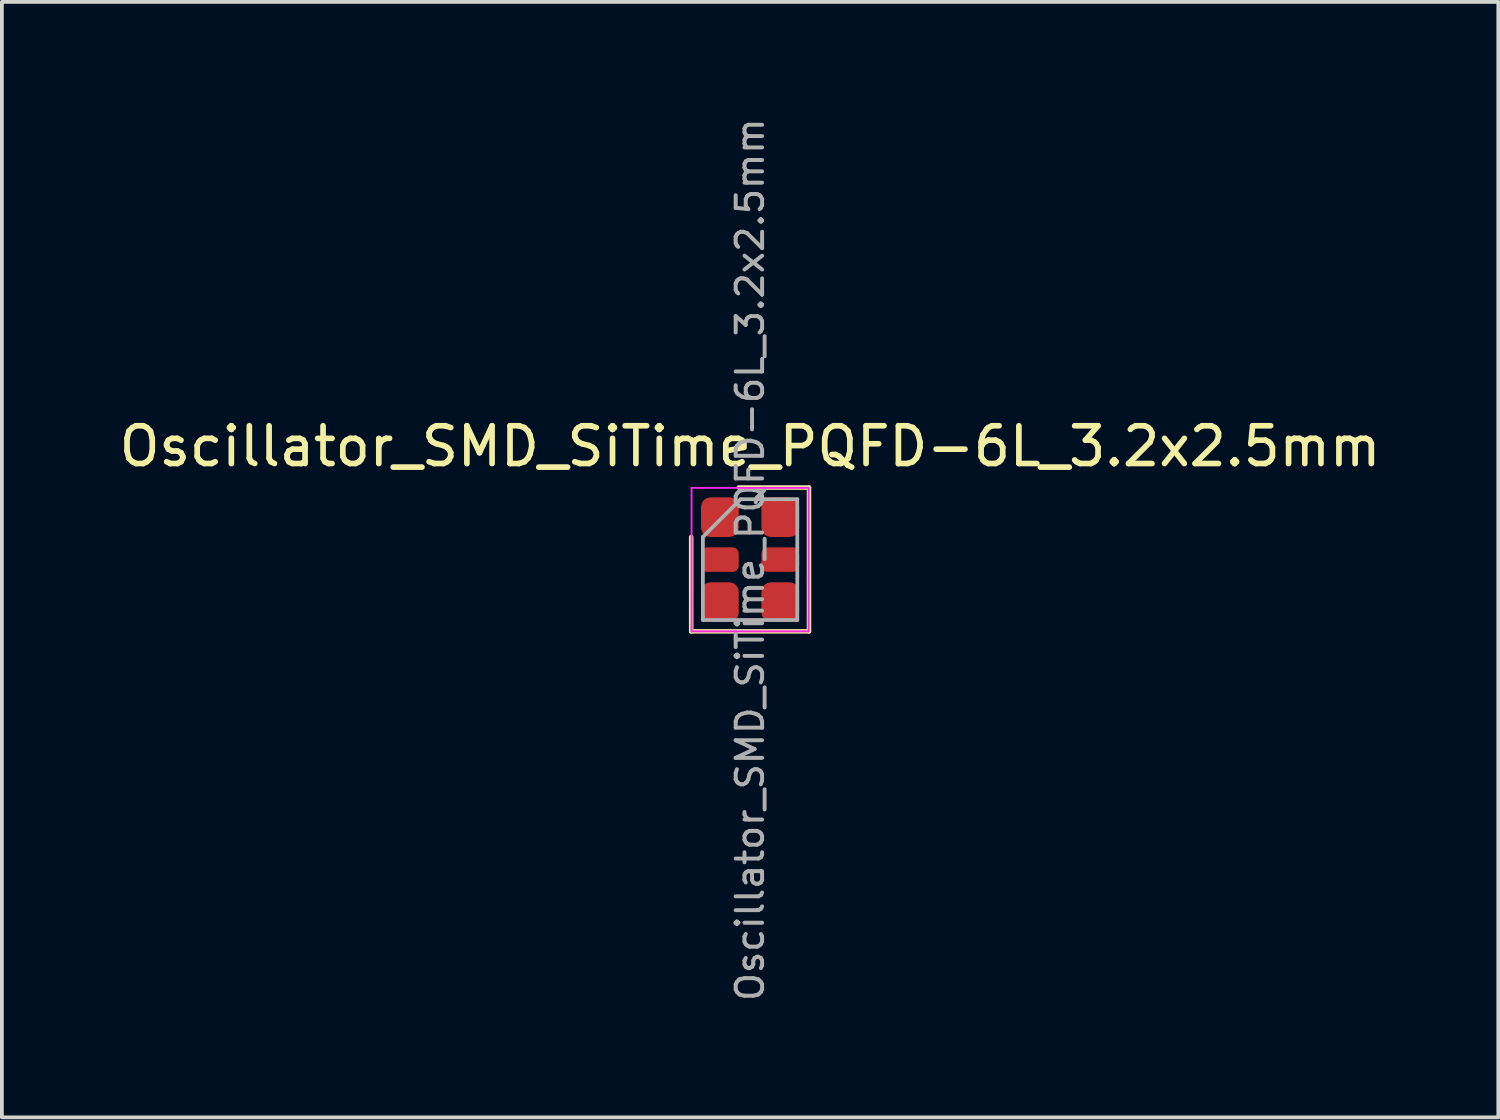
<source format=kicad_pcb>
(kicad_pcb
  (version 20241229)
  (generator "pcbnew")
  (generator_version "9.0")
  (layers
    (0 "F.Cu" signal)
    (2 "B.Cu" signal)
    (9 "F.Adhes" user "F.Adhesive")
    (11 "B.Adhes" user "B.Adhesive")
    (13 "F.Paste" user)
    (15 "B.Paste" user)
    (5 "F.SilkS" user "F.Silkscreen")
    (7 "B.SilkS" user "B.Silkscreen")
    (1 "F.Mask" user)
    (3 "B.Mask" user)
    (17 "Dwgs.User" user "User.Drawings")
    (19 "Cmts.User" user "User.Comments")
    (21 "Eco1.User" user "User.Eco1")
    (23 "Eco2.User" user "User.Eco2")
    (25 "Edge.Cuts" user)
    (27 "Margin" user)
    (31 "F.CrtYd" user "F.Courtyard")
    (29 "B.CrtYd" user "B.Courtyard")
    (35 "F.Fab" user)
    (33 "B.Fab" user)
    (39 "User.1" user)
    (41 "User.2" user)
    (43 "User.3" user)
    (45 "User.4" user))
  (footprint "Oscillator_SMD_SiTime_PQFD-6L_3.2x2.5mm"
    (layer "F.Cu")
    (at 16.815 11.771)
    (property "Reference" "Oscillator_SMD_SiTime_PQFD-6L_3.2x2.5mm" (at 0 -3 0) (layer "F.SilkS") (effects (font (size 1 1) (thickness 0.15))))
    (attr smd)
    (fp_line (start -1.56 -0.6) (end -1.56 1.9) (stroke (width 0.12) (type solid)) (layer "F.SilkS"))
    (fp_line (start 1.56 -1.91) (end -0.3 -1.91) (stroke (width 0.12) (type solid)) (layer "F.SilkS"))
    (fp_line (start 1.56 -1.905) (end 1.56 1.9) (stroke (width 0.12) (type solid)) (layer "F.SilkS"))
    (fp_line (start 1.56 1.9) (end -1.56 1.9) (stroke (width 0.12) (type solid)) (layer "F.SilkS"))
    (fp_line (start -1.55 -1.9) (end -1.55 1.9) (stroke (width 0.05) (type solid)) (layer "F.CrtYd"))
    (fp_line (start -1.55 1.9) (end 1.55 1.9) (stroke (width 0.05) (type solid)) (layer "F.CrtYd"))
    (fp_line (start 1.55 -1.9) (end -1.55 -1.9) (stroke (width 0.05) (type solid)) (layer "F.CrtYd"))
    (fp_line (start 1.55 1.9) (end 1.55 -1.9) (stroke (width 0.05) (type solid)) (layer "F.CrtYd"))
    (fp_line (start -1.25 1.6) (end -1.25 -0.6) (stroke (width 0.1) (type solid)) (layer "F.Fab"))
    (fp_line (start -0.25 -1.6) (end -1.25 -0.6) (stroke (width 0.1) (type solid)) (layer "F.Fab"))
    (fp_line (start -0.25 -1.6) (end 1.25 -1.6) (stroke (width 0.1) (type solid)) (layer "F.Fab"))
    (fp_line (start 1.25 -1.6) (end 1.25 1.6) (stroke (width 0.1) (type solid)) (layer "F.Fab"))
    (fp_line (start 1.25 1.6) (end -1.25 1.6) (stroke (width 0.1) (type solid)) (layer "F.Fab"))
    (fp_text user "${REFERENCE}" (at 0 0 270) (layer "F.Fab") (effects (font (size 0.7 0.7) (thickness 0.105))))
    (pad "1" smd roundrect (at -0.8 -1.125) (size 1 1.05) (layers "F.Cu" "F.Mask" "F.Paste") (roundrect_rratio 0.25))
    (pad "2" smd roundrect (at -0.8 0) (size 1 0.65) (layers "F.Cu" "F.Mask" "F.Paste") (roundrect_rratio 0.25))
    (pad "3" smd roundrect (at -0.8 1.125) (size 1 1.05) (layers "F.Cu" "F.Mask" "F.Paste") (roundrect_rratio 0.25))
    (pad "4" smd roundrect (at 0.8 1.125) (size 1 1.05) (layers "F.Cu" "F.Mask" "F.Paste") (roundrect_rratio 0.25))
    (pad "5" smd roundrect (at 0.8 0) (size 1 0.65) (layers "F.Cu" "F.Mask" "F.Paste") (roundrect_rratio 0.25))
    (pad "6" smd roundrect (at 0.8 -1.125) (size 1 1.05) (layers "F.Cu" "F.Mask" "F.Paste") (roundrect_rratio 0.25)))
  (gr_rect
    (start -3 -3)
    (end 36.631 26.542)
    (stroke (width 0.1) (type default))
    (fill no)
    (layer "Edge.Cuts")))
</source>
